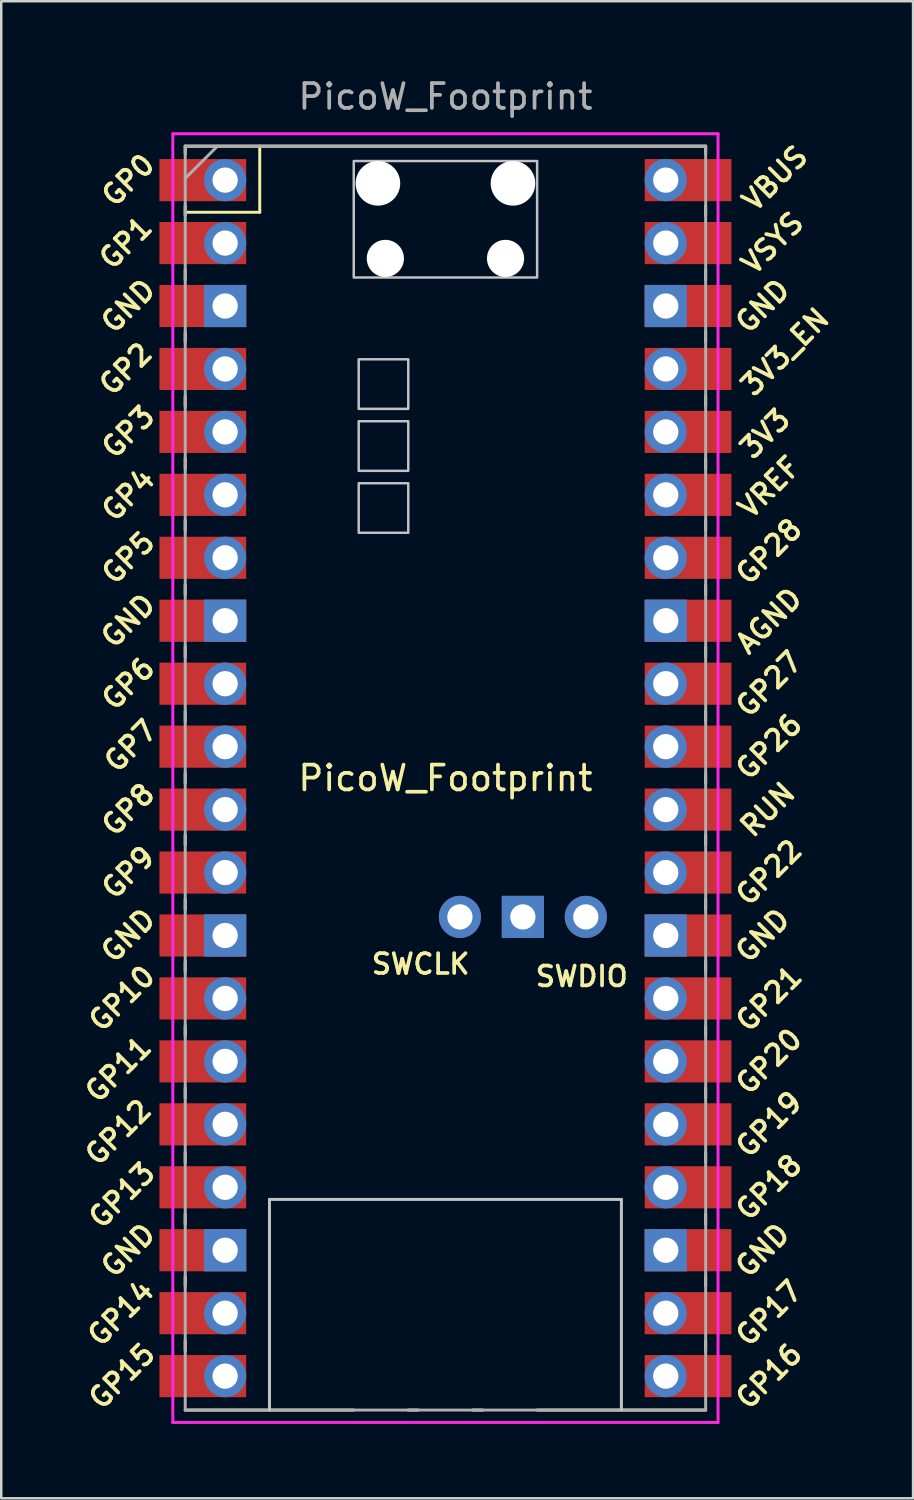
<source format=kicad_pcb>
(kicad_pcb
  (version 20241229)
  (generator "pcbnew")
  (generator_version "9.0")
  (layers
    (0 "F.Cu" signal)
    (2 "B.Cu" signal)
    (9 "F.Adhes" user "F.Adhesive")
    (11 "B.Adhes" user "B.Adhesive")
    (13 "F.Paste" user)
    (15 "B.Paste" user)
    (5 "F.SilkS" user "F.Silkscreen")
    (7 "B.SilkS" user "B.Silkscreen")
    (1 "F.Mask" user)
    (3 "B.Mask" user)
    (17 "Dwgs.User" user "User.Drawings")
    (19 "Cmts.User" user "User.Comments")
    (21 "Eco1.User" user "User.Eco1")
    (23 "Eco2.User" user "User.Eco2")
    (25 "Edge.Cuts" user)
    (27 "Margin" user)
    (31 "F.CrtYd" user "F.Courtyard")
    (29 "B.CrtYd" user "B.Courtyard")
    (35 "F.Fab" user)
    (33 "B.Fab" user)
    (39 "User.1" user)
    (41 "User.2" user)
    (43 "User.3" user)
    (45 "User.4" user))
  (footprint "PicoW_Footprint"
    (layer "F.Cu")
    (at 14.924 28.348)
    (property "Reference" "PicoW_Footprint" (at 0 0 0) (layer "F.SilkS") (effects (font (size 1 1) (thickness 0.15))))
    (attr through_hole)
    (fp_line (start -10.5 -25.5) (end -10.5 -25.2) (stroke (width 0.12) (type solid)) (layer "F.SilkS"))
    (fp_line (start -10.5 -25.5) (end 10.5 -25.5) (stroke (width 0.12) (type solid)) (layer "F.SilkS"))
    (fp_line (start -10.5 -23.1) (end -10.5 -22.7) (stroke (width 0.12) (type solid)) (layer "F.SilkS"))
    (fp_line (start -10.5 -22.833) (end -7.493 -22.833) (stroke (width 0.12) (type solid)) (layer "F.SilkS"))
    (fp_line (start -10.5 -20.5) (end -10.5 -20.1) (stroke (width 0.12) (type solid)) (layer "F.SilkS"))
    (fp_line (start -10.5 -18) (end -10.5 -17.6) (stroke (width 0.12) (type solid)) (layer "F.SilkS"))
    (fp_line (start -10.5 -15.4) (end -10.5 -15) (stroke (width 0.12) (type solid)) (layer "F.SilkS"))
    (fp_line (start -10.5 -12.9) (end -10.5 -12.5) (stroke (width 0.12) (type solid)) (layer "F.SilkS"))
    (fp_line (start -10.5 -10.4) (end -10.5 -10) (stroke (width 0.12) (type solid)) (layer "F.SilkS"))
    (fp_line (start -10.5 -7.8) (end -10.5 -7.4) (stroke (width 0.12) (type solid)) (layer "F.SilkS"))
    (fp_line (start -10.5 -5.3) (end -10.5 -4.9) (stroke (width 0.12) (type solid)) (layer "F.SilkS"))
    (fp_line (start -10.5 -2.7) (end -10.5 -2.3) (stroke (width 0.12) (type solid)) (layer "F.SilkS"))
    (fp_line (start -10.5 -0.2) (end -10.5 0.2) (stroke (width 0.12) (type solid)) (layer "F.SilkS"))
    (fp_line (start -10.5 2.3) (end -10.5 2.7) (stroke (width 0.12) (type solid)) (layer "F.SilkS"))
    (fp_line (start -10.5 4.9) (end -10.5 5.3) (stroke (width 0.12) (type solid)) (layer "F.SilkS"))
    (fp_line (start -10.5 7.4) (end -10.5 7.8) (stroke (width 0.12) (type solid)) (layer "F.SilkS"))
    (fp_line (start -10.5 10) (end -10.5 10.4) (stroke (width 0.12) (type solid)) (layer "F.SilkS"))
    (fp_line (start -10.5 12.5) (end -10.5 12.9) (stroke (width 0.12) (type solid)) (layer "F.SilkS"))
    (fp_line (start -10.5 15.1) (end -10.5 15.5) (stroke (width 0.12) (type solid)) (layer "F.SilkS"))
    (fp_line (start -10.5 17.6) (end -10.5 18) (stroke (width 0.12) (type solid)) (layer "F.SilkS"))
    (fp_line (start -10.5 20.1) (end -10.5 20.5) (stroke (width 0.12) (type solid)) (layer "F.SilkS"))
    (fp_line (start -10.5 22.7) (end -10.5 23.1) (stroke (width 0.12) (type solid)) (layer "F.SilkS"))
    (fp_line (start -7.493 -22.833) (end -7.493 -25.5) (stroke (width 0.12) (type solid)) (layer "F.SilkS"))
    (fp_line (start -3.7 25.5) (end -10.5 25.5) (stroke (width 0.12) (type solid)) (layer "F.SilkS"))
    (fp_line (start -1.5 25.5) (end -1.1 25.5) (stroke (width 0.12) (type solid)) (layer "F.SilkS"))
    (fp_line (start 1.1 25.5) (end 1.5 25.5) (stroke (width 0.12) (type solid)) (layer "F.SilkS"))
    (fp_line (start 10.5 -25.5) (end 10.5 -25.2) (stroke (width 0.12) (type solid)) (layer "F.SilkS"))
    (fp_line (start 10.5 -23.1) (end 10.5 -22.7) (stroke (width 0.12) (type solid)) (layer "F.SilkS"))
    (fp_line (start 10.5 -20.5) (end 10.5 -20.1) (stroke (width 0.12) (type solid)) (layer "F.SilkS"))
    (fp_line (start 10.5 -18) (end 10.5 -17.6) (stroke (width 0.12) (type solid)) (layer "F.SilkS"))
    (fp_line (start 10.5 -15.4) (end 10.5 -15) (stroke (width 0.12) (type solid)) (layer "F.SilkS"))
    (fp_line (start 10.5 -12.9) (end 10.5 -12.5) (stroke (width 0.12) (type solid)) (layer "F.SilkS"))
    (fp_line (start 10.5 -10.4) (end 10.5 -10) (stroke (width 0.12) (type solid)) (layer "F.SilkS"))
    (fp_line (start 10.5 -7.8) (end 10.5 -7.4) (stroke (width 0.12) (type solid)) (layer "F.SilkS"))
    (fp_line (start 10.5 -5.3) (end 10.5 -4.9) (stroke (width 0.12) (type solid)) (layer "F.SilkS"))
    (fp_line (start 10.5 -2.7) (end 10.5 -2.3) (stroke (width 0.12) (type solid)) (layer "F.SilkS"))
    (fp_line (start 10.5 -0.2) (end 10.5 0.2) (stroke (width 0.12) (type solid)) (layer "F.SilkS"))
    (fp_line (start 10.5 2.3) (end 10.5 2.7) (stroke (width 0.12) (type solid)) (layer "F.SilkS"))
    (fp_line (start 10.5 4.9) (end 10.5 5.3) (stroke (width 0.12) (type solid)) (layer "F.SilkS"))
    (fp_line (start 10.5 7.4) (end 10.5 7.8) (stroke (width 0.12) (type solid)) (layer "F.SilkS"))
    (fp_line (start 10.5 10) (end 10.5 10.4) (stroke (width 0.12) (type solid)) (layer "F.SilkS"))
    (fp_line (start 10.5 12.5) (end 10.5 12.9) (stroke (width 0.12) (type solid)) (layer "F.SilkS"))
    (fp_line (start 10.5 15.1) (end 10.5 15.5) (stroke (width 0.12) (type solid)) (layer "F.SilkS"))
    (fp_line (start 10.5 17.6) (end 10.5 18) (stroke (width 0.12) (type solid)) (layer "F.SilkS"))
    (fp_line (start 10.5 20.1) (end 10.5 20.5) (stroke (width 0.12) (type solid)) (layer "F.SilkS"))
    (fp_line (start 10.5 22.7) (end 10.5 23.1) (stroke (width 0.12) (type solid)) (layer "F.SilkS"))
    (fp_line (start 10.5 25.5) (end 3.7 25.5) (stroke (width 0.12) (type solid)) (layer "F.SilkS"))
    (fp_line (start -7.1 17) (end 7.1 17) (stroke (width 0.12) (type solid)) (layer "Dwgs.User"))
    (fp_line (start -7.1 25.5) (end -7.1 17) (stroke (width 0.12) (type solid)) (layer "Dwgs.User"))
    (fp_line (start 7.1 17) (end 7.1 25.5) (stroke (width 0.12) (type solid)) (layer "Dwgs.User"))
    (fp_poly (pts (xy -1.5 -14.9) (xy -3.5 -14.9) (xy -3.5 -16.9) (xy -1.5 -16.9)) (stroke (width 0.1) (type solid)) (fill no) (layer "Dwgs.User"))
    (fp_poly (pts (xy -1.5 -12.4) (xy -3.5 -12.4) (xy -3.5 -14.4) (xy -1.5 -14.4)) (stroke (width 0.1) (type solid)) (fill no) (layer "Dwgs.User"))
    (fp_poly (pts (xy -1.5 -9.9) (xy -3.5 -9.9) (xy -3.5 -11.9) (xy -1.5 -11.9)) (stroke (width 0.1) (type solid)) (fill no) (layer "Dwgs.User"))
    (fp_poly (pts (xy 3.7 -20.2) (xy -3.7 -20.2) (xy -3.7 -24.9) (xy 3.7 -24.9)) (stroke (width 0.1) (type solid)) (fill no) (layer "Dwgs.User"))
    (fp_line (start -11 -26) (end 11 -26) (stroke (width 0.12) (type solid)) (layer "F.CrtYd"))
    (fp_line (start -11 26) (end -11 -26) (stroke (width 0.12) (type solid)) (layer "F.CrtYd"))
    (fp_line (start 11 -26) (end 11 26) (stroke (width 0.12) (type solid)) (layer "F.CrtYd"))
    (fp_line (start 11 26) (end -11 26) (stroke (width 0.12) (type solid)) (layer "F.CrtYd"))
    (fp_line (start -10.5 -25.5) (end 10.5 -25.5) (stroke (width 0.12) (type solid)) (layer "F.Fab"))
    (fp_line (start -10.5 -24.2) (end -9.2 -25.5) (stroke (width 0.12) (type solid)) (layer "F.Fab"))
    (fp_line (start -10.5 25.5) (end -10.5 -25.5) (stroke (width 0.12) (type solid)) (layer "F.Fab"))
    (fp_line (start 10.5 -25.5) (end 10.5 25.5) (stroke (width 0.12) (type solid)) (layer "F.Fab"))
    (fp_line (start 10.5 25.5) (end -10.5 25.5) (stroke (width 0.12) (type solid)) (layer "F.Fab"))
    (fp_text user "SWDIO" (at 5.5 8 0) (layer "F.SilkS") (effects (font (size 0.8 0.8) (thickness 0.15))))
    (fp_text user "GP20" (at 13.054 11.43 45) (layer "F.SilkS") (effects (font (size 0.8 0.8) (thickness 0.15))))
    (fp_text user "GND" (at 12.8 -19.05 45) (layer "F.SilkS") (effects (font (size 0.8 0.8) (thickness 0.15))))
    (fp_text user "GP21" (at 13.054 8.9 45) (layer "F.SilkS") (effects (font (size 0.8 0.8) (thickness 0.15))))
    (fp_text user "GP19" (at 13.054 13.97 45) (layer "F.SilkS") (effects (font (size 0.8 0.8) (thickness 0.15))))
    (fp_text user "GP17" (at 13.054 21.59 45) (layer "F.SilkS") (effects (font (size 0.8 0.8) (thickness 0.15))))
    (fp_text user "3V3_EN" (at 13.7 -17.2 45) (layer "F.SilkS") (effects (font (size 0.8 0.8) (thickness 0.15))))
    (fp_text user "GND" (at 12.8 19.05 45) (layer "F.SilkS") (effects (font (size 0.8 0.8) (thickness 0.15))))
    (fp_text user "GP22" (at 13.054 3.81 45) (layer "F.SilkS") (effects (font (size 0.8 0.8) (thickness 0.15))))
    (fp_text user "SWCLK" (at -1 7.5 0) (layer "F.SilkS") (effects (font (size 0.8 0.8) (thickness 0.15))))
    (fp_text user "GP18" (at 13.054 16.51 45) (layer "F.SilkS") (effects (font (size 0.8 0.8) (thickness 0.15))))
    (fp_text user "GND" (at -12.8 6.35 45) (layer "F.SilkS") (effects (font (size 0.8 0.8) (thickness 0.15))))
    (fp_text user "GND" (at -12.8 -19.05 45) (layer "F.SilkS") (effects (font (size 0.8 0.8) (thickness 0.15))))
    (fp_text user "GP6" (at -12.8 -3.81 45) (layer "F.SilkS") (effects (font (size 0.8 0.8) (thickness 0.15))))
    (fp_text user "GP15" (at -13.054 24.13 45) (layer "F.SilkS") (effects (font (size 0.8 0.8) (thickness 0.15))))
    (fp_text user "RUN" (at 13 1.27 45) (layer "F.SilkS") (effects (font (size 0.8 0.8) (thickness 0.15))))
    (fp_text user "GP13" (at -13.054 16.832 45) (layer "F.SilkS") (effects (font (size 0.8 0.8) (thickness 0.15))))
    (fp_text user "GP3" (at -12.8 -13.97 45) (layer "F.SilkS") (effects (font (size 0.8 0.8) (thickness 0.15))))
    (fp_text user "3V3" (at 12.9 -13.9 45) (layer "F.SilkS") (effects (font (size 0.8 0.8) (thickness 0.15))))
    (fp_text user "VSYS" (at 13.2 -21.59 45) (layer "F.SilkS") (effects (font (size 0.8 0.8) (thickness 0.15))))
    (fp_text user "GP9" (at -12.8 3.81 45) (layer "F.SilkS") (effects (font (size 0.8 0.8) (thickness 0.15))))
    (fp_text user "GP5" (at -12.8 -8.89 45) (layer "F.SilkS") (effects (font (size 0.8 0.8) (thickness 0.15))))
    (fp_text user "GP26" (at 13.054 -1.27 45) (layer "F.SilkS") (effects (font (size 0.8 0.8) (thickness 0.15))))
    (fp_text user "GP0" (at -12.8 -24.13 45) (layer "F.SilkS") (effects (font (size 0.8 0.8) (thickness 0.15))))
    (fp_text user "GND" (at -12.8 19.05 45) (layer "F.SilkS") (effects (font (size 0.8 0.8) (thickness 0.15))))
    (fp_text user "GND" (at 12.8 6.35 45) (layer "F.SilkS") (effects (font (size 0.8 0.8) (thickness 0.15))))
    (fp_text user "GND" (at -12.8 -6.35 45) (layer "F.SilkS") (effects (font (size 0.8 0.8) (thickness 0.15))))
    (fp_text user "GP11" (at -13.2 11.752 45) (layer "F.SilkS") (effects (font (size 0.8 0.8) (thickness 0.15))))
    (fp_text user "VREF" (at 13.068 -11.742 45) (layer "F.SilkS") (effects (font (size 0.8 0.8) (thickness 0.15))))
    (fp_text user "GP4" (at -12.8 -11.43 45) (layer "F.SilkS") (effects (font (size 0.8 0.8) (thickness 0.15))))
    (fp_text user "GP12" (at -13.2 14.293 45) (layer "F.SilkS") (effects (font (size 0.8 0.8) (thickness 0.15))))
    (fp_text user "GP8" (at -12.8 1.27 45) (layer "F.SilkS") (effects (font (size 0.8 0.8) (thickness 0.15))))
    (fp_text user "GP16" (at 13.054 24.13 45) (layer "F.SilkS") (effects (font (size 0.8 0.8) (thickness 0.15))))
    (fp_text user "VBUS" (at 13.3 -24.2 45) (layer "F.SilkS") (effects (font (size 0.8 0.8) (thickness 0.15))))
    (fp_text user "GP14" (at -13.1 21.59 45) (layer "F.SilkS") (effects (font (size 0.8 0.8) (thickness 0.15))))
    (fp_text user "GP10" (at -13.054 8.89 45) (layer "F.SilkS") (effects (font (size 0.8 0.8) (thickness 0.15))))
    (fp_text user "GP27" (at 13.054 -3.8 45) (layer "F.SilkS") (effects (font (size 0.8 0.8) (thickness 0.15))))
    (fp_text user "AGND" (at 13.054 -6.35 45) (layer "F.SilkS") (effects (font (size 0.8 0.8) (thickness 0.15))))
    (fp_text user "GP7" (at -12.7 -1.3 45) (layer "F.SilkS") (effects (font (size 0.8 0.8) (thickness 0.15))))
    (fp_text user "GP1" (at -12.9 -21.6 45) (layer "F.SilkS") (effects (font (size 0.8 0.8) (thickness 0.15))))
    (fp_text user "GP28" (at 13.054 -9.144 45) (layer "F.SilkS") (effects (font (size 0.8 0.8) (thickness 0.15))))
    (fp_text user "GP2" (at -12.9 -16.51 45) (layer "F.SilkS") (effects (font (size 0.8 0.8) (thickness 0.15))))
    (fp_text user "${REFERENCE}" (at 0 -27.5 180) (layer "F.Fab") (effects (font (size 1 1) (thickness 0.15))))
    (pad "" np_thru_hole oval (at -2.725 -24) (size 1.8 1.8) (drill 1.8) (layers "*.Cu" "*.Mask"))
    (pad "" np_thru_hole oval (at -2.425 -20.97) (size 1.5 1.5) (drill 1.5) (layers "*.Cu" "*.Mask"))
    (pad "" np_thru_hole oval (at 2.425 -20.97) (size 1.5 1.5) (drill 1.5) (layers "*.Cu" "*.Mask"))
    (pad "" np_thru_hole oval (at 2.725 -24) (size 1.8 1.8) (drill 1.8) (layers "*.Cu" "*.Mask"))
    (pad "1" thru_hole oval (at -8.89 -24.13) (size 1.7 1.7) (drill 1.02) (layers "*.Cu" "*.Mask"))
    (pad "1" smd rect (at -8.89 -24.13) (size 3.5 1.7) (drill (offset -0.9 0)) (layers "F.Cu" "F.Mask"))
    (pad "2" thru_hole oval (at -8.89 -21.59) (size 1.7 1.7) (drill 1.02) (layers "*.Cu" "*.Mask"))
    (pad "2" smd rect (at -8.89 -21.59) (size 3.5 1.7) (drill (offset -0.9 0)) (layers "F.Cu" "F.Mask"))
    (pad "3" thru_hole rect (at -8.89 -19.05) (size 1.7 1.7) (drill 1.02) (layers "*.Cu" "*.Mask"))
    (pad "3" smd rect (at -8.89 -19.05) (size 3.5 1.7) (drill (offset -0.9 0)) (layers "F.Cu" "F.Mask"))
    (pad "4" thru_hole oval (at -8.89 -16.51) (size 1.7 1.7) (drill 1.02) (layers "*.Cu" "*.Mask"))
    (pad "4" smd rect (at -8.89 -16.51) (size 3.5 1.7) (drill (offset -0.9 0)) (layers "F.Cu" "F.Mask"))
    (pad "5" thru_hole oval (at -8.89 -13.97) (size 1.7 1.7) (drill 1.02) (layers "*.Cu" "*.Mask"))
    (pad "5" smd rect (at -8.89 -13.97) (size 3.5 1.7) (drill (offset -0.9 0)) (layers "F.Cu" "F.Mask"))
    (pad "6" thru_hole oval (at -8.89 -11.43) (size 1.7 1.7) (drill 1.02) (layers "*.Cu" "*.Mask"))
    (pad "6" smd rect (at -8.89 -11.43) (size 3.5 1.7) (drill (offset -0.9 0)) (layers "F.Cu" "F.Mask"))
    (pad "7" thru_hole oval (at -8.89 -8.89) (size 1.7 1.7) (drill 1.02) (layers "*.Cu" "*.Mask"))
    (pad "7" smd rect (at -8.89 -8.89) (size 3.5 1.7) (drill (offset -0.9 0)) (layers "F.Cu" "F.Mask"))
    (pad "8" thru_hole rect (at -8.89 -6.35) (size 1.7 1.7) (drill 1.02) (layers "*.Cu" "*.Mask"))
    (pad "8" smd rect (at -8.89 -6.35) (size 3.5 1.7) (drill (offset -0.9 0)) (layers "F.Cu" "F.Mask"))
    (pad "9" thru_hole oval (at -8.89 -3.81) (size 1.7 1.7) (drill 1.02) (layers "*.Cu" "*.Mask"))
    (pad "9" smd rect (at -8.89 -3.81) (size 3.5 1.7) (drill (offset -0.9 0)) (layers "F.Cu" "F.Mask"))
    (pad "10" thru_hole oval (at -8.89 -1.27) (size 1.7 1.7) (drill 1.02) (layers "*.Cu" "*.Mask"))
    (pad "10" smd rect (at -8.89 -1.27) (size 3.5 1.7) (drill (offset -0.9 0)) (layers "F.Cu" "F.Mask"))
    (pad "11" thru_hole oval (at -8.89 1.27) (size 1.7 1.7) (drill 1.02) (layers "*.Cu" "*.Mask"))
    (pad "11" smd rect (at -8.89 1.27) (size 3.5 1.7) (drill (offset -0.9 0)) (layers "F.Cu" "F.Mask"))
    (pad "12" thru_hole oval (at -8.89 3.81) (size 1.7 1.7) (drill 1.02) (layers "*.Cu" "*.Mask"))
    (pad "12" smd rect (at -8.89 3.81) (size 3.5 1.7) (drill (offset -0.9 0)) (layers "F.Cu" "F.Mask"))
    (pad "13" thru_hole rect (at -8.89 6.35) (size 1.7 1.7) (drill 1.02) (layers "*.Cu" "*.Mask"))
    (pad "13" smd rect (at -8.89 6.35) (size 3.5 1.7) (drill (offset -0.9 0)) (layers "F.Cu" "F.Mask"))
    (pad "14" thru_hole oval (at -8.89 8.89) (size 1.7 1.7) (drill 1.02) (layers "*.Cu" "*.Mask"))
    (pad "14" smd rect (at -8.89 8.89) (size 3.5 1.7) (drill (offset -0.9 0)) (layers "F.Cu" "F.Mask"))
    (pad "15" thru_hole oval (at -8.89 11.43) (size 1.7 1.7) (drill 1.02) (layers "*.Cu" "*.Mask"))
    (pad "15" smd rect (at -8.89 11.43) (size 3.5 1.7) (drill (offset -0.9 0)) (layers "F.Cu" "F.Mask"))
    (pad "16" thru_hole oval (at -8.89 13.97) (size 1.7 1.7) (drill 1.02) (layers "*.Cu" "*.Mask"))
    (pad "16" smd rect (at -8.89 13.97) (size 3.5 1.7) (drill (offset -0.9 0)) (layers "F.Cu" "F.Mask"))
    (pad "17" thru_hole oval (at -8.89 16.51) (size 1.7 1.7) (drill 1.02) (layers "*.Cu" "*.Mask"))
    (pad "17" smd rect (at -8.89 16.51) (size 3.5 1.7) (drill (offset -0.9 0)) (layers "F.Cu" "F.Mask"))
    (pad "18" thru_hole rect (at -8.89 19.05) (size 1.7 1.7) (drill 1.02) (layers "*.Cu" "*.Mask"))
    (pad "18" smd rect (at -8.89 19.05) (size 3.5 1.7) (drill (offset -0.9 0)) (layers "F.Cu" "F.Mask"))
    (pad "19" thru_hole oval (at -8.89 21.59) (size 1.7 1.7) (drill 1.02) (layers "*.Cu" "*.Mask"))
    (pad "19" smd rect (at -8.89 21.59) (size 3.5 1.7) (drill (offset -0.9 0)) (layers "F.Cu" "F.Mask"))
    (pad "20" thru_hole oval (at -8.89 24.13) (size 1.7 1.7) (drill 1.02) (layers "*.Cu" "*.Mask"))
    (pad "20" smd rect (at -8.89 24.13) (size 3.5 1.7) (drill (offset -0.9 0)) (layers "F.Cu" "F.Mask"))
    (pad "21" thru_hole oval (at 8.89 24.13) (size 1.7 1.7) (drill 1.02) (layers "*.Cu" "*.Mask"))
    (pad "21" smd rect (at 8.89 24.13) (size 3.5 1.7) (drill (offset 0.9 0)) (layers "F.Cu" "F.Mask"))
    (pad "22" thru_hole oval (at 8.89 21.59) (size 1.7 1.7) (drill 1.02) (layers "*.Cu" "*.Mask"))
    (pad "22" smd rect (at 8.89 21.59) (size 3.5 1.7) (drill (offset 0.9 0)) (layers "F.Cu" "F.Mask"))
    (pad "23" thru_hole rect (at 8.89 19.05) (size 1.7 1.7) (drill 1.02) (layers "*.Cu" "*.Mask"))
    (pad "23" smd rect (at 8.89 19.05) (size 3.5 1.7) (drill (offset 0.9 0)) (layers "F.Cu" "F.Mask"))
    (pad "24" thru_hole oval (at 8.89 16.51) (size 1.7 1.7) (drill 1.02) (layers "*.Cu" "*.Mask"))
    (pad "24" smd rect (at 8.89 16.51) (size 3.5 1.7) (drill (offset 0.9 0)) (layers "F.Cu" "F.Mask"))
    (pad "25" thru_hole oval (at 8.89 13.97) (size 1.7 1.7) (drill 1.02) (layers "*.Cu" "*.Mask"))
    (pad "25" smd rect (at 8.89 13.97) (size 3.5 1.7) (drill (offset 0.9 0)) (layers "F.Cu" "F.Mask"))
    (pad "26" thru_hole oval (at 8.89 11.43) (size 1.7 1.7) (drill 1.02) (layers "*.Cu" "*.Mask"))
    (pad "26" smd rect (at 8.89 11.43) (size 3.5 1.7) (drill (offset 0.9 0)) (layers "F.Cu" "F.Mask"))
    (pad "27" thru_hole oval (at 8.89 8.89) (size 1.7 1.7) (drill 1.02) (layers "*.Cu" "*.Mask"))
    (pad "27" smd rect (at 8.89 8.89) (size 3.5 1.7) (drill (offset 0.9 0)) (layers "F.Cu" "F.Mask"))
    (pad "28" thru_hole rect (at 8.89 6.35) (size 1.7 1.7) (drill 1.02) (layers "*.Cu" "*.Mask"))
    (pad "28" smd rect (at 8.89 6.35) (size 3.5 1.7) (drill (offset 0.9 0)) (layers "F.Cu" "F.Mask"))
    (pad "29" thru_hole oval (at 8.89 3.81) (size 1.7 1.7) (drill 1.02) (layers "*.Cu" "*.Mask"))
    (pad "29" smd rect (at 8.89 3.81) (size 3.5 1.7) (drill (offset 0.9 0)) (layers "F.Cu" "F.Mask"))
    (pad "30" thru_hole oval (at 8.89 1.27) (size 1.7 1.7) (drill 1.02) (layers "*.Cu" "*.Mask"))
    (pad "30" smd rect (at 8.89 1.27) (size 3.5 1.7) (drill (offset 0.9 0)) (layers "F.Cu" "F.Mask"))
    (pad "31" thru_hole oval (at 8.89 -1.27) (size 1.7 1.7) (drill 1.02) (layers "*.Cu" "*.Mask"))
    (pad "31" smd rect (at 8.89 -1.27) (size 3.5 1.7) (drill (offset 0.9 0)) (layers "F.Cu" "F.Mask"))
    (pad "32" thru_hole oval (at 8.89 -3.81) (size 1.7 1.7) (drill 1.02) (layers "*.Cu" "*.Mask"))
    (pad "32" smd rect (at 8.89 -3.81) (size 3.5 1.7) (drill (offset 0.9 0)) (layers "F.Cu" "F.Mask"))
    (pad "33" thru_hole rect (at 8.89 -6.35) (size 1.7 1.7) (drill 1.02) (layers "*.Cu" "*.Mask"))
    (pad "33" smd rect (at 8.89 -6.35) (size 3.5 1.7) (drill (offset 0.9 0)) (layers "F.Cu" "F.Mask"))
    (pad "34" thru_hole oval (at 8.89 -8.89) (size 1.7 1.7) (drill 1.02) (layers "*.Cu" "*.Mask"))
    (pad "34" smd rect (at 8.89 -8.89) (size 3.5 1.7) (drill (offset 0.9 0)) (layers "F.Cu" "F.Mask"))
    (pad "35" thru_hole oval (at 8.89 -11.43) (size 1.7 1.7) (drill 1.02) (layers "*.Cu" "*.Mask"))
    (pad "35" smd rect (at 8.89 -11.43) (size 3.5 1.7) (drill (offset 0.9 0)) (layers "F.Cu" "F.Mask"))
    (pad "36" thru_hole oval (at 8.89 -13.97) (size 1.7 1.7) (drill 1.02) (layers "*.Cu" "*.Mask"))
    (pad "36" smd rect (at 8.89 -13.97) (size 3.5 1.7) (drill (offset 0.9 0)) (layers "F.Cu" "F.Mask"))
    (pad "37" thru_hole oval (at 8.89 -16.51) (size 1.7 1.7) (drill 1.02) (layers "*.Cu" "*.Mask"))
    (pad "37" smd rect (at 8.89 -16.51) (size 3.5 1.7) (drill (offset 0.9 0)) (layers "F.Cu" "F.Mask"))
    (pad "38" thru_hole rect (at 8.89 -19.05) (size 1.7 1.7) (drill 1.02) (layers "*.Cu" "*.Mask"))
    (pad "38" smd rect (at 8.89 -19.05) (size 3.5 1.7) (drill (offset 0.9 0)) (layers "F.Cu" "F.Mask"))
    (pad "39" thru_hole oval (at 8.89 -21.59) (size 1.7 1.7) (drill 1.02) (layers "*.Cu" "*.Mask"))
    (pad "39" smd rect (at 8.89 -21.59) (size 3.5 1.7) (drill (offset 0.9 0)) (layers "F.Cu" "F.Mask"))
    (pad "40" thru_hole oval (at 8.89 -24.13) (size 1.7 1.7) (drill 1.02) (layers "*.Cu" "*.Mask"))
    (pad "40" smd rect (at 8.89 -24.13) (size 3.5 1.7) (drill (offset 0.9 0)) (layers "F.Cu" "F.Mask"))
    (pad "41" thru_hole oval (at 0.584 5.6) (size 1.7 1.7) (drill 1.02) (layers "*.Cu" "*.Mask"))
    (pad "42" thru_hole rect (at 3.124 5.6) (size 1.7 1.7) (drill 1.02) (layers "*.Cu" "*.Mask"))
    (pad "43" thru_hole oval (at 5.664 5.6) (size 1.7 1.7) (drill 1.02) (layers "*.Cu" "*.Mask")))
  (gr_rect
    (start -3 -3)
    (end 33.793 57.408)
    (stroke (width 0.1) (type default))
    (fill no)
    (layer "Edge.Cuts")))
</source>
